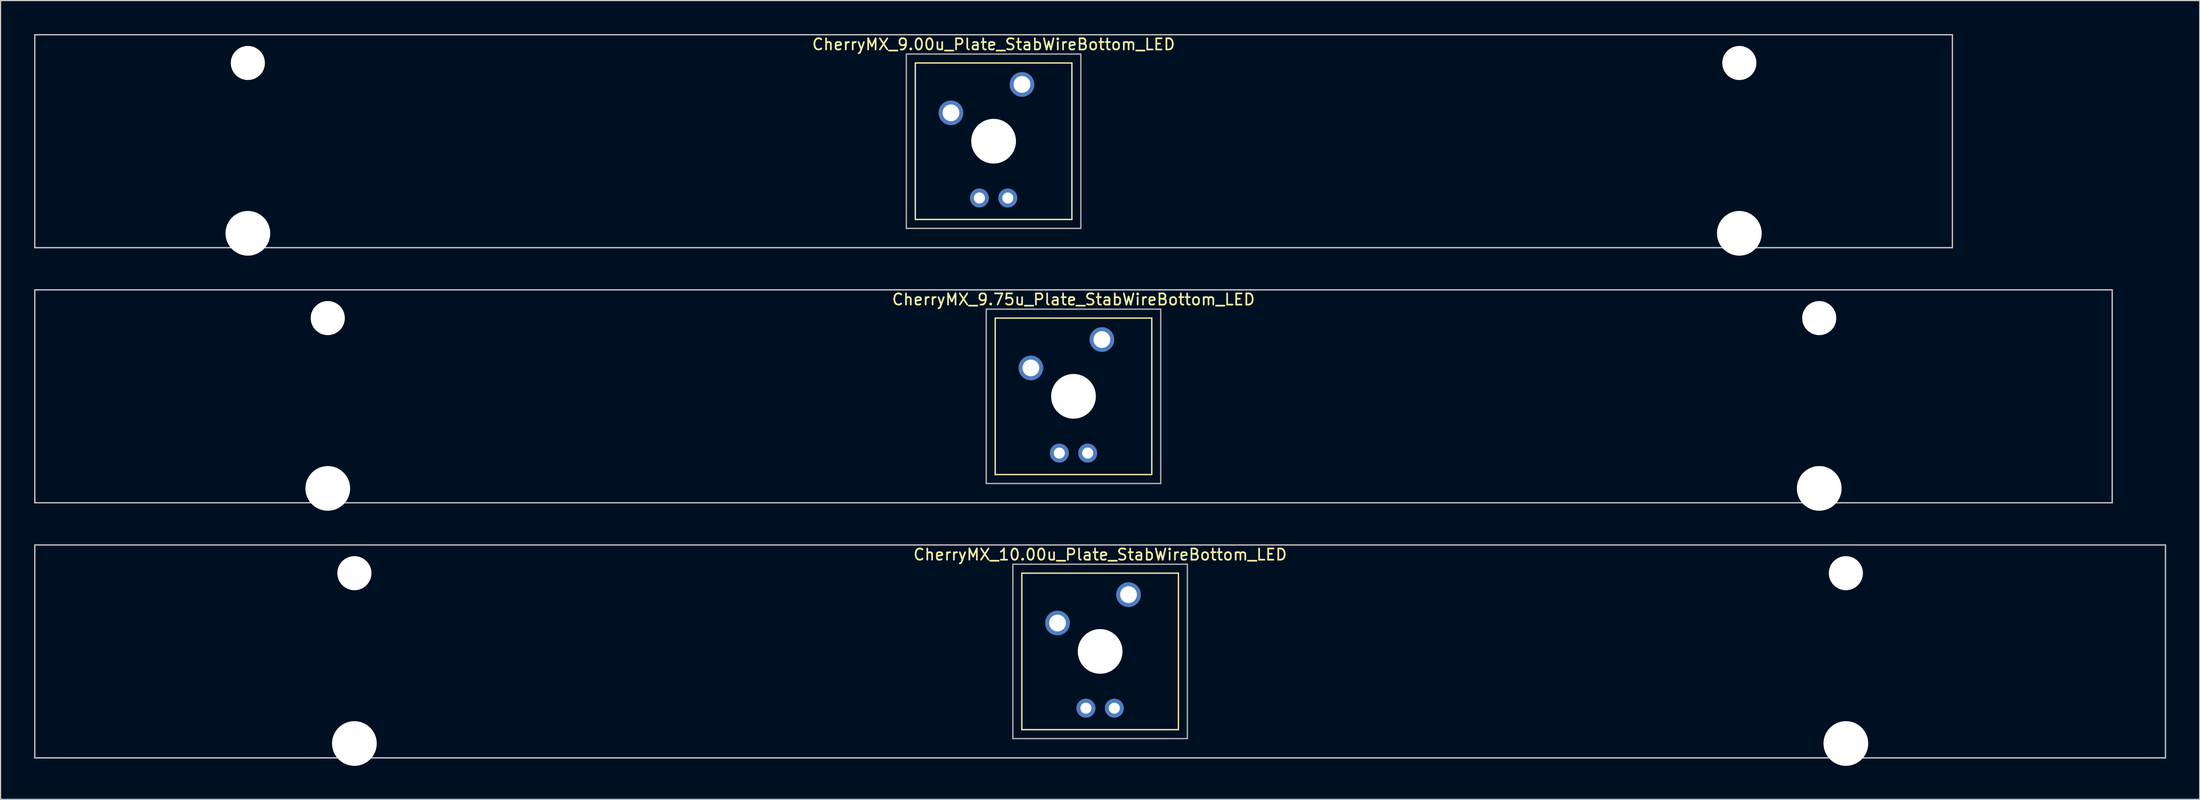
<source format=kicad_pcb>
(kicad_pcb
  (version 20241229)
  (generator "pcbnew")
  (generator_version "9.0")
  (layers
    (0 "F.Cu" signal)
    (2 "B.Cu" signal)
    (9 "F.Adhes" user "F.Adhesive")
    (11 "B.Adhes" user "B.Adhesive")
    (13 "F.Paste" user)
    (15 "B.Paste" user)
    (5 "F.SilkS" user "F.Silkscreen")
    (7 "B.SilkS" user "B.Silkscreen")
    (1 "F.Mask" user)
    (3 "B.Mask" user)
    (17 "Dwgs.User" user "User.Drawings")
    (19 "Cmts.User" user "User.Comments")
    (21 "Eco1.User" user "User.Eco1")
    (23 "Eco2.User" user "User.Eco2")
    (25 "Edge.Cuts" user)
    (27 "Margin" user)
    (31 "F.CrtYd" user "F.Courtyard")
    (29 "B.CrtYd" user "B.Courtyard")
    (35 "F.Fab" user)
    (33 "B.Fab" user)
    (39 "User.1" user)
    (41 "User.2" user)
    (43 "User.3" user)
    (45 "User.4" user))
  (footprint "CherryMX_9.00u_Plate_StabWireBottom_LED"
    (layer "F.Cu")
    (at 85.785 9.585)
    (property "Reference" "CherryMX_9.00u_Plate_StabWireBottom_LED" (at 0 -8.662 0) (layer "F.SilkS") (effects (font (size 1 1) (thickness 0.15))))
    (attr through_hole)
    (fp_line (start -7 -7) (end -7 7) (stroke (width 0.12) (type solid)) (layer "F.SilkS"))
    (fp_line (start -7 -7) (end 7 -7) (stroke (width 0.12) (type solid)) (layer "F.SilkS"))
    (fp_line (start 7 -7) (end 7 7) (stroke (width 0.12) (type solid)) (layer "F.SilkS"))
    (fp_line (start 7 7) (end -7 7) (stroke (width 0.12) (type solid)) (layer "F.SilkS"))
    (fp_line (start -85.725 -9.525) (end 85.725 -9.525) (stroke (width 0.12) (type solid)) (layer "Dwgs.User"))
    (fp_line (start -85.725 9.525) (end -85.725 -9.525) (stroke (width 0.12) (type solid)) (layer "Dwgs.User"))
    (fp_line (start 85.725 -9.525) (end 85.725 9.525) (stroke (width 0.12) (type solid)) (layer "Dwgs.User"))
    (fp_line (start 85.725 9.525) (end -85.725 9.525) (stroke (width 0.12) (type solid)) (layer "Dwgs.User"))
    (fp_line (start -7.8 -7.8) (end -7.8 7.8) (stroke (width 0.12) (type solid)) (layer "F.Fab"))
    (fp_line (start -7.8 -7.8) (end 7.8 -7.8) (stroke (width 0.12) (type solid)) (layer "F.Fab"))
    (fp_line (start -7.8 7.8) (end 7.8 7.8) (stroke (width 0.12) (type solid)) (layer "F.Fab"))
    (fp_line (start 7.8 -7.8) (end 7.8 7.8) (stroke (width 0.12) (type solid)) (layer "F.Fab"))
    (pad "" np_thru_hole circle (at -66.675 -7) (size 3.05 3.05) (drill 3.05) (layers "*.Cu" "*.Mask"))
    (pad "" np_thru_hole circle (at -66.675 8.24) (size 4 4) (drill 4) (layers "*.Cu" "*.Mask"))
    (pad "" np_thru_hole circle (at 0 0) (size 4 4) (drill 4) (layers "*.Cu" "*.Mask"))
    (pad "" np_thru_hole circle (at 66.675 -7) (size 3.05 3.05) (drill 3.05) (layers "*.Cu" "*.Mask"))
    (pad "" np_thru_hole circle (at 66.675 8.24) (size 4 4) (drill 4) (layers "*.Cu" "*.Mask"))
    (pad "1" thru_hole circle (at -3.81 -2.54) (size 2.2 2.2) (drill 1.5) (layers "*.Cu" "*.Mask"))
    (pad "2" thru_hole circle (at 2.54 -5.08) (size 2.2 2.2) (drill 1.5) (layers "*.Cu" "*.Mask"))
    (pad "3" thru_hole circle (at -1.27 5.08) (size 1.691 1.691) (drill 0.991) (layers "*.Cu" "*.Mask"))
    (pad "4" thru_hole circle (at 1.27 5.08) (size 1.691 1.691) (drill 0.991) (layers "*.Cu" "*.Mask")))
  (footprint "CherryMX_9.75u_Plate_StabWireBottom_LED"
    (layer "F.Cu")
    (at 92.929 32.41)
    (property "Reference" "CherryMX_9.75u_Plate_StabWireBottom_LED" (at 0 -8.662 0) (layer "F.SilkS") (effects (font (size 1 1) (thickness 0.15))))
    (attr through_hole)
    (fp_line (start -7 -7) (end -7 7) (stroke (width 0.12) (type solid)) (layer "F.SilkS"))
    (fp_line (start -7 -7) (end 7 -7) (stroke (width 0.12) (type solid)) (layer "F.SilkS"))
    (fp_line (start 7 -7) (end 7 7) (stroke (width 0.12) (type solid)) (layer "F.SilkS"))
    (fp_line (start 7 7) (end -7 7) (stroke (width 0.12) (type solid)) (layer "F.SilkS"))
    (fp_line (start -92.869 -9.525) (end 92.869 -9.525) (stroke (width 0.12) (type solid)) (layer "Dwgs.User"))
    (fp_line (start -92.869 9.525) (end -92.869 -9.525) (stroke (width 0.12) (type solid)) (layer "Dwgs.User"))
    (fp_line (start 92.869 -9.525) (end 92.869 9.525) (stroke (width 0.12) (type solid)) (layer "Dwgs.User"))
    (fp_line (start 92.869 9.525) (end -92.869 9.525) (stroke (width 0.12) (type solid)) (layer "Dwgs.User"))
    (fp_line (start -7.8 -7.8) (end -7.8 7.8) (stroke (width 0.12) (type solid)) (layer "F.Fab"))
    (fp_line (start -7.8 -7.8) (end 7.8 -7.8) (stroke (width 0.12) (type solid)) (layer "F.Fab"))
    (fp_line (start -7.8 7.8) (end 7.8 7.8) (stroke (width 0.12) (type solid)) (layer "F.Fab"))
    (fp_line (start 7.8 -7.8) (end 7.8 7.8) (stroke (width 0.12) (type solid)) (layer "F.Fab"))
    (pad "" np_thru_hole circle (at -66.675 -7) (size 3.05 3.05) (drill 3.05) (layers "*.Cu" "*.Mask"))
    (pad "" np_thru_hole circle (at -66.675 8.24) (size 4 4) (drill 4) (layers "*.Cu" "*.Mask"))
    (pad "" np_thru_hole circle (at 0 0) (size 4 4) (drill 4) (layers "*.Cu" "*.Mask"))
    (pad "" np_thru_hole circle (at 66.675 -7) (size 3.05 3.05) (drill 3.05) (layers "*.Cu" "*.Mask"))
    (pad "" np_thru_hole circle (at 66.675 8.24) (size 4 4) (drill 4) (layers "*.Cu" "*.Mask"))
    (pad "1" thru_hole circle (at -3.81 -2.54) (size 2.2 2.2) (drill 1.5) (layers "*.Cu" "*.Mask"))
    (pad "2" thru_hole circle (at 2.54 -5.08) (size 2.2 2.2) (drill 1.5) (layers "*.Cu" "*.Mask"))
    (pad "3" thru_hole circle (at -1.27 5.08) (size 1.691 1.691) (drill 0.991) (layers "*.Cu" "*.Mask"))
    (pad "4" thru_hole circle (at 1.27 5.08) (size 1.691 1.691) (drill 0.991) (layers "*.Cu" "*.Mask")))
  (footprint "CherryMX_10.00u_Plate_StabWireBottom_LED"
    (layer "F.Cu")
    (at 95.31 55.235)
    (property "Reference" "CherryMX_10.00u_Plate_StabWireBottom_LED" (at 0 -8.662 0) (layer "F.SilkS") (effects (font (size 1 1) (thickness 0.15))))
    (attr through_hole)
    (fp_line (start -7 -7) (end -7 7) (stroke (width 0.12) (type solid)) (layer "F.SilkS"))
    (fp_line (start -7 -7) (end 7 -7) (stroke (width 0.12) (type solid)) (layer "F.SilkS"))
    (fp_line (start 7 -7) (end 7 7) (stroke (width 0.12) (type solid)) (layer "F.SilkS"))
    (fp_line (start 7 7) (end -7 7) (stroke (width 0.12) (type solid)) (layer "F.SilkS"))
    (fp_line (start -95.25 -9.525) (end 95.25 -9.525) (stroke (width 0.12) (type solid)) (layer "Dwgs.User"))
    (fp_line (start -95.25 9.525) (end -95.25 -9.525) (stroke (width 0.12) (type solid)) (layer "Dwgs.User"))
    (fp_line (start 95.25 -9.525) (end 95.25 9.525) (stroke (width 0.12) (type solid)) (layer "Dwgs.User"))
    (fp_line (start 95.25 9.525) (end -95.25 9.525) (stroke (width 0.12) (type solid)) (layer "Dwgs.User"))
    (fp_line (start -7.8 -7.8) (end -7.8 7.8) (stroke (width 0.12) (type solid)) (layer "F.Fab"))
    (fp_line (start -7.8 -7.8) (end 7.8 -7.8) (stroke (width 0.12) (type solid)) (layer "F.Fab"))
    (fp_line (start -7.8 7.8) (end 7.8 7.8) (stroke (width 0.12) (type solid)) (layer "F.Fab"))
    (fp_line (start 7.8 -7.8) (end 7.8 7.8) (stroke (width 0.12) (type solid)) (layer "F.Fab"))
    (pad "" np_thru_hole circle (at -66.675 -7) (size 3.05 3.05) (drill 3.05) (layers "*.Cu" "*.Mask"))
    (pad "" np_thru_hole circle (at -66.675 8.24) (size 4 4) (drill 4) (layers "*.Cu" "*.Mask"))
    (pad "" np_thru_hole circle (at 0 0) (size 4 4) (drill 4) (layers "*.Cu" "*.Mask"))
    (pad "" np_thru_hole circle (at 66.675 -7) (size 3.05 3.05) (drill 3.05) (layers "*.Cu" "*.Mask"))
    (pad "" np_thru_hole circle (at 66.675 8.24) (size 4 4) (drill 4) (layers "*.Cu" "*.Mask"))
    (pad "1" thru_hole circle (at -3.81 -2.54) (size 2.2 2.2) (drill 1.5) (layers "*.Cu" "*.Mask"))
    (pad "2" thru_hole circle (at 2.54 -5.08) (size 2.2 2.2) (drill 1.5) (layers "*.Cu" "*.Mask"))
    (pad "3" thru_hole circle (at -1.27 5.08) (size 1.691 1.691) (drill 0.991) (layers "*.Cu" "*.Mask"))
    (pad "4" thru_hole circle (at 1.27 5.08) (size 1.691 1.691) (drill 0.991) (layers "*.Cu" "*.Mask")))
  (gr_rect
    (start -3 -3)
    (end 193.62 68.475)
    (stroke (width 0.1) (type default))
    (fill no)
    (layer "Edge.Cuts")))
</source>
